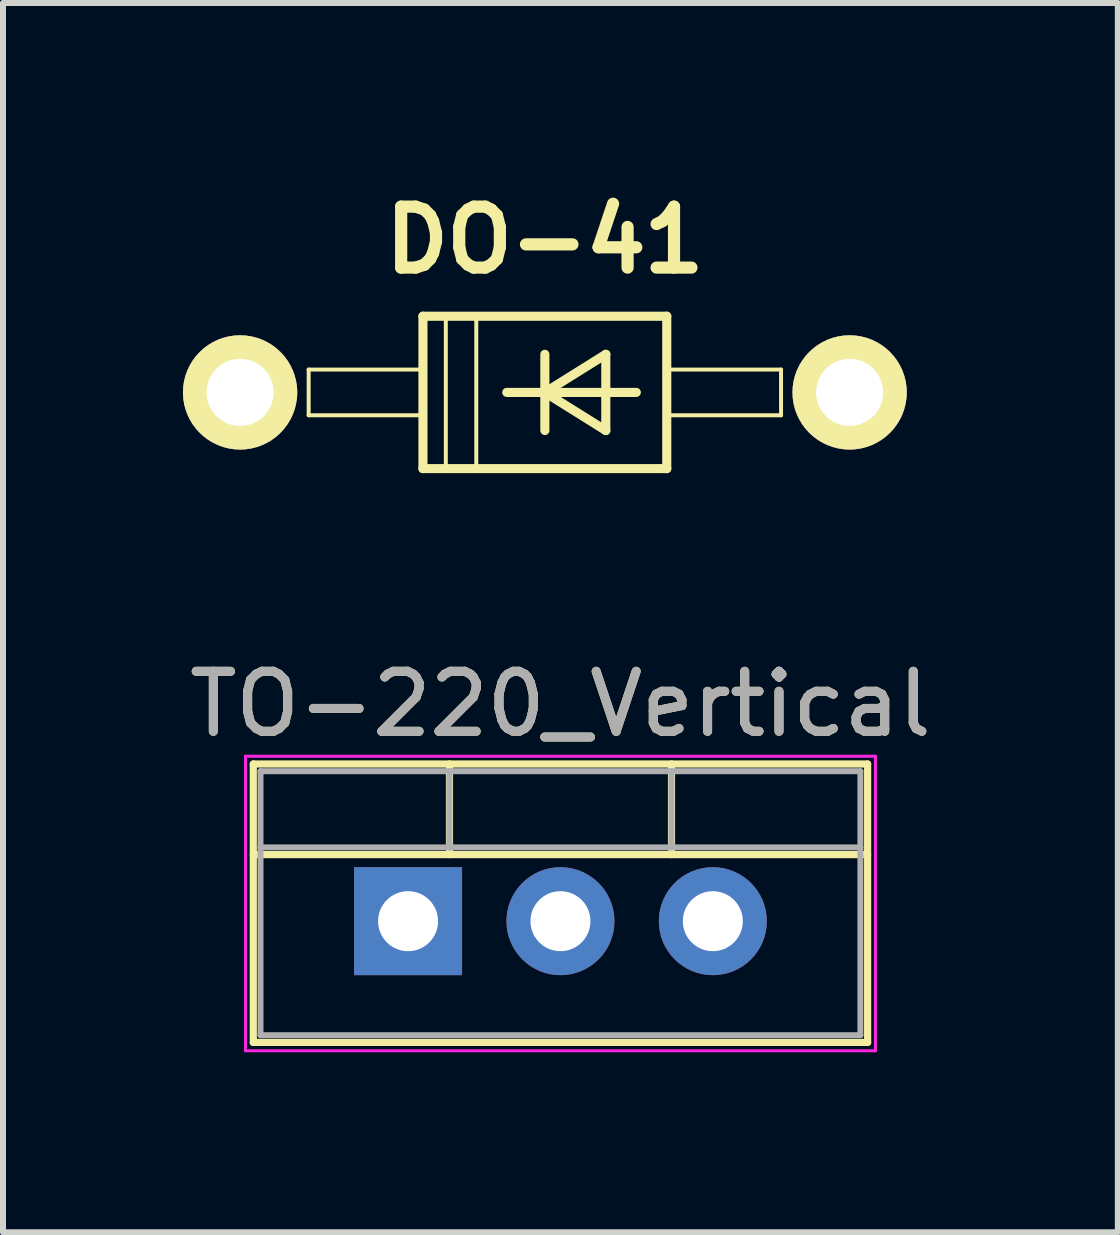
<source format=kicad_pcb>
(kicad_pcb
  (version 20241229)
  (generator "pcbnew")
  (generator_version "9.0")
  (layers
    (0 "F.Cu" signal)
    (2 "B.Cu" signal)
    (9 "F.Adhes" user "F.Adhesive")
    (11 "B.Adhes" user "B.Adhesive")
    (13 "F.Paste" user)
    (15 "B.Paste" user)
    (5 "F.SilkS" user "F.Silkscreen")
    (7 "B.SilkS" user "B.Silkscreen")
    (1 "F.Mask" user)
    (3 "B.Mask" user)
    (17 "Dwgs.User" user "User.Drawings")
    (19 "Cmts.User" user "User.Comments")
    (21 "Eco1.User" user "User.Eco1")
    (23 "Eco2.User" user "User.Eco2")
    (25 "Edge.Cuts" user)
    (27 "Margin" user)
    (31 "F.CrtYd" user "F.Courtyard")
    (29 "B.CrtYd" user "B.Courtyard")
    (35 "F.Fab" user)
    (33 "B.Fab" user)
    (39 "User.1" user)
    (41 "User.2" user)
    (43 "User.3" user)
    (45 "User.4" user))
  (footprint "TO-220_Vertical"
    (layer "F.Cu")
    (at 3.752 12.305)
    (property "Reference" "TO-220_Vertical" (at 2.54 -3.62 0) (layer "F.Fab") (effects (font (size 1 1) (thickness 0.15))))
    (attr through_hole)
    (fp_line (start -2.58 -2.62) (end -2.58 2.021) (stroke (width 0.12) (type solid)) (layer "F.SilkS"))
    (fp_line (start -2.58 -2.62) (end 7.66 -2.62) (stroke (width 0.12) (type solid)) (layer "F.SilkS"))
    (fp_line (start -2.58 -1.11) (end 7.66 -1.11) (stroke (width 0.12) (type solid)) (layer "F.SilkS"))
    (fp_line (start -2.58 2.021) (end 7.66 2.021) (stroke (width 0.12) (type solid)) (layer "F.SilkS"))
    (fp_line (start 0.69 -2.62) (end 0.69 -1.11) (stroke (width 0.12) (type solid)) (layer "F.SilkS"))
    (fp_line (start 4.391 -2.62) (end 4.391 -1.11) (stroke (width 0.12) (type solid)) (layer "F.SilkS"))
    (fp_line (start 7.66 -2.62) (end 7.66 2.021) (stroke (width 0.12) (type solid)) (layer "F.SilkS"))
    (fp_line (start -2.71 -2.75) (end -2.71 2.16) (stroke (width 0.05) (type solid)) (layer "F.CrtYd"))
    (fp_line (start -2.71 2.16) (end 7.79 2.16) (stroke (width 0.05) (type solid)) (layer "F.CrtYd"))
    (fp_line (start 7.79 -2.75) (end -2.71 -2.75) (stroke (width 0.05) (type solid)) (layer "F.CrtYd"))
    (fp_line (start 7.79 2.16) (end 7.79 -2.75) (stroke (width 0.05) (type solid)) (layer "F.CrtYd"))
    (fp_line (start -2.46 -2.5) (end -2.46 1.9) (stroke (width 0.1) (type solid)) (layer "F.Fab"))
    (fp_line (start -2.46 -1.23) (end 7.54 -1.23) (stroke (width 0.1) (type solid)) (layer "F.Fab"))
    (fp_line (start -2.46 1.9) (end 7.54 1.9) (stroke (width 0.1) (type solid)) (layer "F.Fab"))
    (fp_line (start 0.69 -2.5) (end 0.69 -1.23) (stroke (width 0.1) (type solid)) (layer "F.Fab"))
    (fp_line (start 4.39 -2.5) (end 4.39 -1.23) (stroke (width 0.1) (type solid)) (layer "F.Fab"))
    (fp_line (start 7.54 -2.5) (end -2.46 -2.5) (stroke (width 0.1) (type solid)) (layer "F.Fab"))
    (fp_line (start 7.54 1.9) (end 7.54 -2.5) (stroke (width 0.1) (type solid)) (layer "F.Fab"))
    (fp_text user "${REFERENCE}" (at 2.54 -3.62 0) (layer "F.SilkS") (effects (font (size 1 1) (thickness 0.15))))
    (fp_text user "${REFERENCE}" (at 2.54 -1.905 0) (layer "Eco1.User") (effects (font (size 0.762 0.762) (thickness 0.076))))
    (pad "1" thru_hole rect (at 0 0) (size 1.8 1.8) (drill 1) (layers "*.Cu" "*.Mask"))
    (pad "2" thru_hole oval (at 2.54 0) (size 1.8 1.8) (drill 1) (layers "*.Cu" "*.Mask"))
    (pad "3" thru_hole oval (at 5.08 0) (size 1.8 1.8) (drill 1) (layers "*.Cu" "*.Mask")))
  (footprint "DO-41"
    (layer "F.Cu")
    (at 6.032 3.491)
    (property "Reference" "DO-41" (at 0 -2.54 0) (layer "F.SilkS") (effects (font (size 1.016 1.016) (thickness 0.203))))
    (attr exclude_from_pos_files exclude_from_bom)
    (fp_line (start -3.937 -0.381) (end -2.032 -0.381) (stroke (width 0.066) (type solid)) (layer "F.SilkS"))
    (fp_line (start -3.937 0.381) (end -3.937 -0.381) (stroke (width 0.066) (type solid)) (layer "F.SilkS"))
    (fp_line (start -3.937 0.381) (end -2.032 0.381) (stroke (width 0.066) (type solid)) (layer "F.SilkS"))
    (fp_line (start -2.032 -1.27) (end -2.032 1.27) (stroke (width 0.152) (type solid)) (layer "F.SilkS"))
    (fp_line (start -2.032 -1.27) (end 2.032 -1.27) (stroke (width 0.152) (type solid)) (layer "F.SilkS"))
    (fp_line (start -2.032 0.381) (end -2.032 -0.381) (stroke (width 0.066) (type solid)) (layer "F.SilkS"))
    (fp_line (start -1.651 -1.27) (end -1.143 -1.27) (stroke (width 0.066) (type solid)) (layer "F.SilkS"))
    (fp_line (start -1.651 1.27) (end -1.651 -1.27) (stroke (width 0.066) (type solid)) (layer "F.SilkS"))
    (fp_line (start -1.651 1.27) (end -1.143 1.27) (stroke (width 0.066) (type solid)) (layer "F.SilkS"))
    (fp_line (start -1.143 1.27) (end -1.143 -1.27) (stroke (width 0.066) (type solid)) (layer "F.SilkS"))
    (fp_line (start -0.635 0) (end 0 0) (stroke (width 0.152) (type solid)) (layer "F.SilkS"))
    (fp_line (start 0 -0.635) (end 0 0) (stroke (width 0.152) (type solid)) (layer "F.SilkS"))
    (fp_line (start 0 0) (end 0 0.635) (stroke (width 0.152) (type solid)) (layer "F.SilkS"))
    (fp_line (start 0 0) (end 1.016 -0.635) (stroke (width 0.152) (type solid)) (layer "F.SilkS"))
    (fp_line (start 0 0) (end 1.524 0) (stroke (width 0.152) (type solid)) (layer "F.SilkS"))
    (fp_line (start 1.016 -0.635) (end 1.016 0.635) (stroke (width 0.152) (type solid)) (layer "F.SilkS"))
    (fp_line (start 1.016 0.635) (end 0 0) (stroke (width 0.152) (type solid)) (layer "F.SilkS"))
    (fp_line (start 2.032 -0.381) (end 3.937 -0.381) (stroke (width 0.066) (type solid)) (layer "F.SilkS"))
    (fp_line (start 2.032 0.381) (end 2.032 -0.381) (stroke (width 0.066) (type solid)) (layer "F.SilkS"))
    (fp_line (start 2.032 0.381) (end 3.937 0.381) (stroke (width 0.066) (type solid)) (layer "F.SilkS"))
    (fp_line (start 2.032 1.27) (end -2.032 1.27) (stroke (width 0.152) (type solid)) (layer "F.SilkS"))
    (fp_line (start 2.032 1.27) (end 2.032 -1.27) (stroke (width 0.152) (type solid)) (layer "F.SilkS"))
    (fp_line (start 3.937 0.381) (end 3.937 -0.381) (stroke (width 0.066) (type solid)) (layer "F.SilkS"))
    (pad "A" thru_hole circle (at 5.08 0) (size 1.905 1.905) (drill 1.118) (layers "*.Cu" "*.Mask" "F.SilkS" "F.Paste"))
    (pad "K" thru_hole circle (at -5.08 0) (size 1.905 1.905) (drill 1.118) (layers "*.Cu" "*.Mask" "F.SilkS" "F.Paste")))
  (gr_rect
    (start -3 -3)
    (end 15.583 17.49)
    (stroke (width 0.1) (type default))
    (fill no)
    (layer "Edge.Cuts")))
</source>
